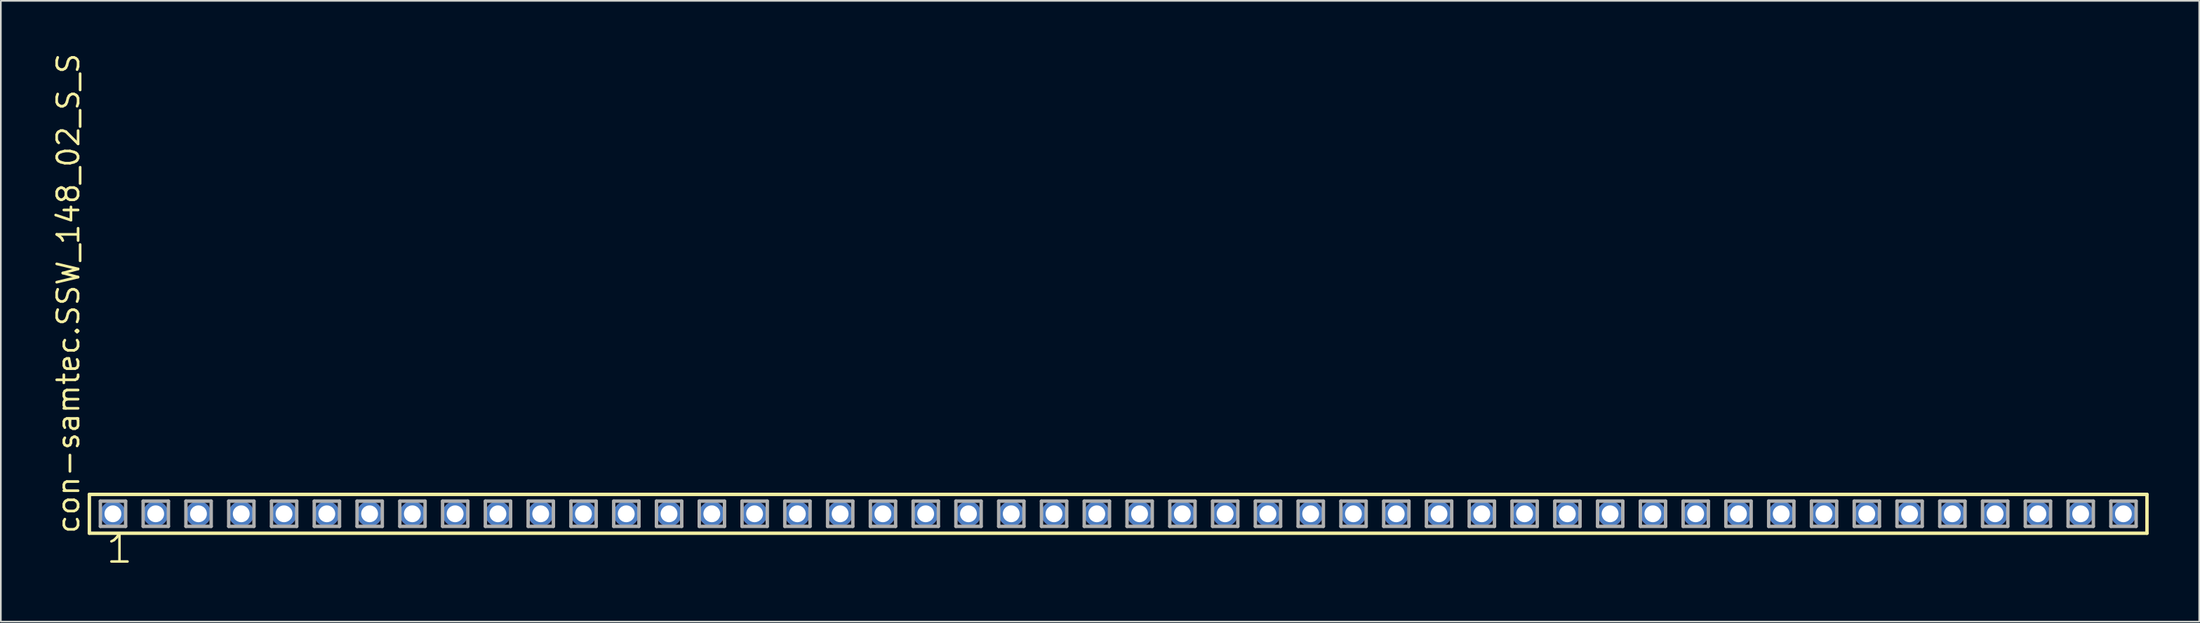
<source format=kicad_pcb>
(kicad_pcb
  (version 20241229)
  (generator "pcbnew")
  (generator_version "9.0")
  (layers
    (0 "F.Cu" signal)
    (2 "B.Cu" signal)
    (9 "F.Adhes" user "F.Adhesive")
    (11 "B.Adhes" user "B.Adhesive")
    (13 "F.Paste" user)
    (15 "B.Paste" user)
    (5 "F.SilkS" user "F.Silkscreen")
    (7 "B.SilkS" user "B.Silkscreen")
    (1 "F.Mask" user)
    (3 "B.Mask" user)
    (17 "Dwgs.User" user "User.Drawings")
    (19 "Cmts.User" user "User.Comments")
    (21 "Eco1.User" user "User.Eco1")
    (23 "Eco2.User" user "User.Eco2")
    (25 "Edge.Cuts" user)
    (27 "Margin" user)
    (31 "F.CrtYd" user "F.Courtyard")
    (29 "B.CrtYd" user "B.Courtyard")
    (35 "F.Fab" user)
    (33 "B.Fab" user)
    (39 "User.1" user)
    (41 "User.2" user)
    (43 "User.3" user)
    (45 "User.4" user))
  (footprint "con-samtec.SSW_148_02_S_S"
    (layer "F.Cu")
    (at 63.345 27.501)
    (property "Reference" "con-samtec.SSW_148_02_S_S" (at -61.595 1.27 90) (layer "F.SilkS") (effects (font (size 1.27 1.27) (thickness 0.16)) (justify left bottom)))
    (attr through_hole)
    (fp_line (start -61.089 -1.155) (end 61.089 -1.155) (stroke (width 0.203) (type default)) (layer "F.SilkS"))
    (fp_line (start -61.089 1.155) (end -61.089 -1.155) (stroke (width 0.203) (type default)) (layer "F.SilkS"))
    (fp_line (start 61.089 -1.155) (end 61.089 1.155) (stroke (width 0.203) (type default)) (layer "F.SilkS"))
    (fp_line (start 61.089 1.155) (end -61.089 1.155) (stroke (width 0.203) (type default)) (layer "F.SilkS"))
    (fp_line (start -60.435 -0.755) (end -58.935 -0.755) (stroke (width 0.203) (type default)) (layer "F.Fab"))
    (fp_line (start -60.435 0.745) (end -60.435 -0.755) (stroke (width 0.203) (type default)) (layer "F.Fab"))
    (fp_line (start -58.935 -0.755) (end -58.935 0.745) (stroke (width 0.203) (type default)) (layer "F.Fab"))
    (fp_line (start -58.935 0.745) (end -60.435 0.745) (stroke (width 0.203) (type default)) (layer "F.Fab"))
    (fp_line (start -57.895 -0.755) (end -56.395 -0.755) (stroke (width 0.203) (type default)) (layer "F.Fab"))
    (fp_line (start -57.895 0.745) (end -57.895 -0.755) (stroke (width 0.203) (type default)) (layer "F.Fab"))
    (fp_line (start -56.395 -0.755) (end -56.395 0.745) (stroke (width 0.203) (type default)) (layer "F.Fab"))
    (fp_line (start -56.395 0.745) (end -57.895 0.745) (stroke (width 0.203) (type default)) (layer "F.Fab"))
    (fp_line (start -55.355 -0.755) (end -53.855 -0.755) (stroke (width 0.203) (type default)) (layer "F.Fab"))
    (fp_line (start -55.355 0.745) (end -55.355 -0.755) (stroke (width 0.203) (type default)) (layer "F.Fab"))
    (fp_line (start -53.855 -0.755) (end -53.855 0.745) (stroke (width 0.203) (type default)) (layer "F.Fab"))
    (fp_line (start -53.855 0.745) (end -55.355 0.745) (stroke (width 0.203) (type default)) (layer "F.Fab"))
    (fp_line (start -52.815 -0.755) (end -51.315 -0.755) (stroke (width 0.203) (type default)) (layer "F.Fab"))
    (fp_line (start -52.815 0.745) (end -52.815 -0.755) (stroke (width 0.203) (type default)) (layer "F.Fab"))
    (fp_line (start -51.315 -0.755) (end -51.315 0.745) (stroke (width 0.203) (type default)) (layer "F.Fab"))
    (fp_line (start -51.315 0.745) (end -52.815 0.745) (stroke (width 0.203) (type default)) (layer "F.Fab"))
    (fp_line (start -50.275 -0.755) (end -48.775 -0.755) (stroke (width 0.203) (type default)) (layer "F.Fab"))
    (fp_line (start -50.275 0.745) (end -50.275 -0.755) (stroke (width 0.203) (type default)) (layer "F.Fab"))
    (fp_line (start -48.775 -0.755) (end -48.775 0.745) (stroke (width 0.203) (type default)) (layer "F.Fab"))
    (fp_line (start -48.775 0.745) (end -50.275 0.745) (stroke (width 0.203) (type default)) (layer "F.Fab"))
    (fp_line (start -47.735 -0.755) (end -46.235 -0.755) (stroke (width 0.203) (type default)) (layer "F.Fab"))
    (fp_line (start -47.735 0.745) (end -47.735 -0.755) (stroke (width 0.203) (type default)) (layer "F.Fab"))
    (fp_line (start -46.235 -0.755) (end -46.235 0.745) (stroke (width 0.203) (type default)) (layer "F.Fab"))
    (fp_line (start -46.235 0.745) (end -47.735 0.745) (stroke (width 0.203) (type default)) (layer "F.Fab"))
    (fp_line (start -45.195 -0.755) (end -43.695 -0.755) (stroke (width 0.203) (type default)) (layer "F.Fab"))
    (fp_line (start -45.195 0.745) (end -45.195 -0.755) (stroke (width 0.203) (type default)) (layer "F.Fab"))
    (fp_line (start -43.695 -0.755) (end -43.695 0.745) (stroke (width 0.203) (type default)) (layer "F.Fab"))
    (fp_line (start -43.695 0.745) (end -45.195 0.745) (stroke (width 0.203) (type default)) (layer "F.Fab"))
    (fp_line (start -42.655 -0.755) (end -41.155 -0.755) (stroke (width 0.203) (type default)) (layer "F.Fab"))
    (fp_line (start -42.655 0.745) (end -42.655 -0.755) (stroke (width 0.203) (type default)) (layer "F.Fab"))
    (fp_line (start -41.155 -0.755) (end -41.155 0.745) (stroke (width 0.203) (type default)) (layer "F.Fab"))
    (fp_line (start -41.155 0.745) (end -42.655 0.745) (stroke (width 0.203) (type default)) (layer "F.Fab"))
    (fp_line (start -40.115 -0.755) (end -38.615 -0.755) (stroke (width 0.203) (type default)) (layer "F.Fab"))
    (fp_line (start -40.115 0.745) (end -40.115 -0.755) (stroke (width 0.203) (type default)) (layer "F.Fab"))
    (fp_line (start -38.615 -0.755) (end -38.615 0.745) (stroke (width 0.203) (type default)) (layer "F.Fab"))
    (fp_line (start -38.615 0.745) (end -40.115 0.745) (stroke (width 0.203) (type default)) (layer "F.Fab"))
    (fp_line (start -37.575 -0.755) (end -36.075 -0.755) (stroke (width 0.203) (type default)) (layer "F.Fab"))
    (fp_line (start -37.575 0.745) (end -37.575 -0.755) (stroke (width 0.203) (type default)) (layer "F.Fab"))
    (fp_line (start -36.075 -0.755) (end -36.075 0.745) (stroke (width 0.203) (type default)) (layer "F.Fab"))
    (fp_line (start -36.075 0.745) (end -37.575 0.745) (stroke (width 0.203) (type default)) (layer "F.Fab"))
    (fp_line (start -35.035 -0.755) (end -33.535 -0.755) (stroke (width 0.203) (type default)) (layer "F.Fab"))
    (fp_line (start -35.035 0.745) (end -35.035 -0.755) (stroke (width 0.203) (type default)) (layer "F.Fab"))
    (fp_line (start -33.535 -0.755) (end -33.535 0.745) (stroke (width 0.203) (type default)) (layer "F.Fab"))
    (fp_line (start -33.535 0.745) (end -35.035 0.745) (stroke (width 0.203) (type default)) (layer "F.Fab"))
    (fp_line (start -32.495 -0.755) (end -30.995 -0.755) (stroke (width 0.203) (type default)) (layer "F.Fab"))
    (fp_line (start -32.495 0.745) (end -32.495 -0.755) (stroke (width 0.203) (type default)) (layer "F.Fab"))
    (fp_line (start -30.995 -0.755) (end -30.995 0.745) (stroke (width 0.203) (type default)) (layer "F.Fab"))
    (fp_line (start -30.995 0.745) (end -32.495 0.745) (stroke (width 0.203) (type default)) (layer "F.Fab"))
    (fp_line (start -29.955 -0.755) (end -28.455 -0.755) (stroke (width 0.203) (type default)) (layer "F.Fab"))
    (fp_line (start -29.955 0.745) (end -29.955 -0.755) (stroke (width 0.203) (type default)) (layer "F.Fab"))
    (fp_line (start -28.455 -0.755) (end -28.455 0.745) (stroke (width 0.203) (type default)) (layer "F.Fab"))
    (fp_line (start -28.455 0.745) (end -29.955 0.745) (stroke (width 0.203) (type default)) (layer "F.Fab"))
    (fp_line (start -27.415 -0.755) (end -25.915 -0.755) (stroke (width 0.203) (type default)) (layer "F.Fab"))
    (fp_line (start -27.415 0.745) (end -27.415 -0.755) (stroke (width 0.203) (type default)) (layer "F.Fab"))
    (fp_line (start -25.915 -0.755) (end -25.915 0.745) (stroke (width 0.203) (type default)) (layer "F.Fab"))
    (fp_line (start -25.915 0.745) (end -27.415 0.745) (stroke (width 0.203) (type default)) (layer "F.Fab"))
    (fp_line (start -24.875 -0.755) (end -23.375 -0.755) (stroke (width 0.203) (type default)) (layer "F.Fab"))
    (fp_line (start -24.875 0.745) (end -24.875 -0.755) (stroke (width 0.203) (type default)) (layer "F.Fab"))
    (fp_line (start -23.375 -0.755) (end -23.375 0.745) (stroke (width 0.203) (type default)) (layer "F.Fab"))
    (fp_line (start -23.375 0.745) (end -24.875 0.745) (stroke (width 0.203) (type default)) (layer "F.Fab"))
    (fp_line (start -22.335 -0.755) (end -20.835 -0.755) (stroke (width 0.203) (type default)) (layer "F.Fab"))
    (fp_line (start -22.335 0.745) (end -22.335 -0.755) (stroke (width 0.203) (type default)) (layer "F.Fab"))
    (fp_line (start -20.835 -0.755) (end -20.835 0.745) (stroke (width 0.203) (type default)) (layer "F.Fab"))
    (fp_line (start -20.835 0.745) (end -22.335 0.745) (stroke (width 0.203) (type default)) (layer "F.Fab"))
    (fp_line (start -19.795 -0.755) (end -18.295 -0.755) (stroke (width 0.203) (type default)) (layer "F.Fab"))
    (fp_line (start -19.795 0.745) (end -19.795 -0.755) (stroke (width 0.203) (type default)) (layer "F.Fab"))
    (fp_line (start -18.295 -0.755) (end -18.295 0.745) (stroke (width 0.203) (type default)) (layer "F.Fab"))
    (fp_line (start -18.295 0.745) (end -19.795 0.745) (stroke (width 0.203) (type default)) (layer "F.Fab"))
    (fp_line (start -17.255 -0.755) (end -15.755 -0.755) (stroke (width 0.203) (type default)) (layer "F.Fab"))
    (fp_line (start -17.255 0.745) (end -17.255 -0.755) (stroke (width 0.203) (type default)) (layer "F.Fab"))
    (fp_line (start -15.755 -0.755) (end -15.755 0.745) (stroke (width 0.203) (type default)) (layer "F.Fab"))
    (fp_line (start -15.755 0.745) (end -17.255 0.745) (stroke (width 0.203) (type default)) (layer "F.Fab"))
    (fp_line (start -14.715 -0.755) (end -13.215 -0.755) (stroke (width 0.203) (type default)) (layer "F.Fab"))
    (fp_line (start -14.715 0.745) (end -14.715 -0.755) (stroke (width 0.203) (type default)) (layer "F.Fab"))
    (fp_line (start -13.215 -0.755) (end -13.215 0.745) (stroke (width 0.203) (type default)) (layer "F.Fab"))
    (fp_line (start -13.215 0.745) (end -14.715 0.745) (stroke (width 0.203) (type default)) (layer "F.Fab"))
    (fp_line (start -12.175 -0.755) (end -10.675 -0.755) (stroke (width 0.203) (type default)) (layer "F.Fab"))
    (fp_line (start -12.175 0.745) (end -12.175 -0.755) (stroke (width 0.203) (type default)) (layer "F.Fab"))
    (fp_line (start -10.675 -0.755) (end -10.675 0.745) (stroke (width 0.203) (type default)) (layer "F.Fab"))
    (fp_line (start -10.675 0.745) (end -12.175 0.745) (stroke (width 0.203) (type default)) (layer "F.Fab"))
    (fp_line (start -9.635 -0.755) (end -8.135 -0.755) (stroke (width 0.203) (type default)) (layer "F.Fab"))
    (fp_line (start -9.635 0.745) (end -9.635 -0.755) (stroke (width 0.203) (type default)) (layer "F.Fab"))
    (fp_line (start -8.135 -0.755) (end -8.135 0.745) (stroke (width 0.203) (type default)) (layer "F.Fab"))
    (fp_line (start -8.135 0.745) (end -9.635 0.745) (stroke (width 0.203) (type default)) (layer "F.Fab"))
    (fp_line (start -7.095 -0.755) (end -5.595 -0.755) (stroke (width 0.203) (type default)) (layer "F.Fab"))
    (fp_line (start -7.095 0.745) (end -7.095 -0.755) (stroke (width 0.203) (type default)) (layer "F.Fab"))
    (fp_line (start -5.595 -0.755) (end -5.595 0.745) (stroke (width 0.203) (type default)) (layer "F.Fab"))
    (fp_line (start -5.595 0.745) (end -7.095 0.745) (stroke (width 0.203) (type default)) (layer "F.Fab"))
    (fp_line (start -4.555 -0.755) (end -3.055 -0.755) (stroke (width 0.203) (type default)) (layer "F.Fab"))
    (fp_line (start -4.555 0.745) (end -4.555 -0.755) (stroke (width 0.203) (type default)) (layer "F.Fab"))
    (fp_line (start -3.055 -0.755) (end -3.055 0.745) (stroke (width 0.203) (type default)) (layer "F.Fab"))
    (fp_line (start -3.055 0.745) (end -4.555 0.745) (stroke (width 0.203) (type default)) (layer "F.Fab"))
    (fp_line (start -2.015 -0.755) (end -0.515 -0.755) (stroke (width 0.203) (type default)) (layer "F.Fab"))
    (fp_line (start -2.015 0.745) (end -2.015 -0.755) (stroke (width 0.203) (type default)) (layer "F.Fab"))
    (fp_line (start -0.515 -0.755) (end -0.515 0.745) (stroke (width 0.203) (type default)) (layer "F.Fab"))
    (fp_line (start -0.515 0.745) (end -2.015 0.745) (stroke (width 0.203) (type default)) (layer "F.Fab"))
    (fp_line (start 0.525 -0.755) (end 2.025 -0.755) (stroke (width 0.203) (type default)) (layer "F.Fab"))
    (fp_line (start 0.525 0.745) (end 0.525 -0.755) (stroke (width 0.203) (type default)) (layer "F.Fab"))
    (fp_line (start 2.025 -0.755) (end 2.025 0.745) (stroke (width 0.203) (type default)) (layer "F.Fab"))
    (fp_line (start 2.025 0.745) (end 0.525 0.745) (stroke (width 0.203) (type default)) (layer "F.Fab"))
    (fp_line (start 3.065 -0.755) (end 4.565 -0.755) (stroke (width 0.203) (type default)) (layer "F.Fab"))
    (fp_line (start 3.065 0.745) (end 3.065 -0.755) (stroke (width 0.203) (type default)) (layer "F.Fab"))
    (fp_line (start 4.565 -0.755) (end 4.565 0.745) (stroke (width 0.203) (type default)) (layer "F.Fab"))
    (fp_line (start 4.565 0.745) (end 3.065 0.745) (stroke (width 0.203) (type default)) (layer "F.Fab"))
    (fp_line (start 5.605 -0.755) (end 7.105 -0.755) (stroke (width 0.203) (type default)) (layer "F.Fab"))
    (fp_line (start 5.605 0.745) (end 5.605 -0.755) (stroke (width 0.203) (type default)) (layer "F.Fab"))
    (fp_line (start 7.105 -0.755) (end 7.105 0.745) (stroke (width 0.203) (type default)) (layer "F.Fab"))
    (fp_line (start 7.105 0.745) (end 5.605 0.745) (stroke (width 0.203) (type default)) (layer "F.Fab"))
    (fp_line (start 8.145 -0.755) (end 9.645 -0.755) (stroke (width 0.203) (type default)) (layer "F.Fab"))
    (fp_line (start 8.145 0.745) (end 8.145 -0.755) (stroke (width 0.203) (type default)) (layer "F.Fab"))
    (fp_line (start 9.645 -0.755) (end 9.645 0.745) (stroke (width 0.203) (type default)) (layer "F.Fab"))
    (fp_line (start 9.645 0.745) (end 8.145 0.745) (stroke (width 0.203) (type default)) (layer "F.Fab"))
    (fp_line (start 10.685 -0.755) (end 12.185 -0.755) (stroke (width 0.203) (type default)) (layer "F.Fab"))
    (fp_line (start 10.685 0.745) (end 10.685 -0.755) (stroke (width 0.203) (type default)) (layer "F.Fab"))
    (fp_line (start 12.185 -0.755) (end 12.185 0.745) (stroke (width 0.203) (type default)) (layer "F.Fab"))
    (fp_line (start 12.185 0.745) (end 10.685 0.745) (stroke (width 0.203) (type default)) (layer "F.Fab"))
    (fp_line (start 13.225 -0.755) (end 14.725 -0.755) (stroke (width 0.203) (type default)) (layer "F.Fab"))
    (fp_line (start 13.225 0.745) (end 13.225 -0.755) (stroke (width 0.203) (type default)) (layer "F.Fab"))
    (fp_line (start 14.725 -0.755) (end 14.725 0.745) (stroke (width 0.203) (type default)) (layer "F.Fab"))
    (fp_line (start 14.725 0.745) (end 13.225 0.745) (stroke (width 0.203) (type default)) (layer "F.Fab"))
    (fp_line (start 15.765 -0.755) (end 17.265 -0.755) (stroke (width 0.203) (type default)) (layer "F.Fab"))
    (fp_line (start 15.765 0.745) (end 15.765 -0.755) (stroke (width 0.203) (type default)) (layer "F.Fab"))
    (fp_line (start 17.265 -0.755) (end 17.265 0.745) (stroke (width 0.203) (type default)) (layer "F.Fab"))
    (fp_line (start 17.265 0.745) (end 15.765 0.745) (stroke (width 0.203) (type default)) (layer "F.Fab"))
    (fp_line (start 18.305 -0.755) (end 19.805 -0.755) (stroke (width 0.203) (type default)) (layer "F.Fab"))
    (fp_line (start 18.305 0.745) (end 18.305 -0.755) (stroke (width 0.203) (type default)) (layer "F.Fab"))
    (fp_line (start 19.805 -0.755) (end 19.805 0.745) (stroke (width 0.203) (type default)) (layer "F.Fab"))
    (fp_line (start 19.805 0.745) (end 18.305 0.745) (stroke (width 0.203) (type default)) (layer "F.Fab"))
    (fp_line (start 20.845 -0.755) (end 22.345 -0.755) (stroke (width 0.203) (type default)) (layer "F.Fab"))
    (fp_line (start 20.845 0.745) (end 20.845 -0.755) (stroke (width 0.203) (type default)) (layer "F.Fab"))
    (fp_line (start 22.345 -0.755) (end 22.345 0.745) (stroke (width 0.203) (type default)) (layer "F.Fab"))
    (fp_line (start 22.345 0.745) (end 20.845 0.745) (stroke (width 0.203) (type default)) (layer "F.Fab"))
    (fp_line (start 23.385 -0.755) (end 24.885 -0.755) (stroke (width 0.203) (type default)) (layer "F.Fab"))
    (fp_line (start 23.385 0.745) (end 23.385 -0.755) (stroke (width 0.203) (type default)) (layer "F.Fab"))
    (fp_line (start 24.885 -0.755) (end 24.885 0.745) (stroke (width 0.203) (type default)) (layer "F.Fab"))
    (fp_line (start 24.885 0.745) (end 23.385 0.745) (stroke (width 0.203) (type default)) (layer "F.Fab"))
    (fp_line (start 25.925 -0.755) (end 27.425 -0.755) (stroke (width 0.203) (type default)) (layer "F.Fab"))
    (fp_line (start 25.925 0.745) (end 25.925 -0.755) (stroke (width 0.203) (type default)) (layer "F.Fab"))
    (fp_line (start 27.425 -0.755) (end 27.425 0.745) (stroke (width 0.203) (type default)) (layer "F.Fab"))
    (fp_line (start 27.425 0.745) (end 25.925 0.745) (stroke (width 0.203) (type default)) (layer "F.Fab"))
    (fp_line (start 28.465 -0.755) (end 29.965 -0.755) (stroke (width 0.203) (type default)) (layer "F.Fab"))
    (fp_line (start 28.465 0.745) (end 28.465 -0.755) (stroke (width 0.203) (type default)) (layer "F.Fab"))
    (fp_line (start 29.965 -0.755) (end 29.965 0.745) (stroke (width 0.203) (type default)) (layer "F.Fab"))
    (fp_line (start 29.965 0.745) (end 28.465 0.745) (stroke (width 0.203) (type default)) (layer "F.Fab"))
    (fp_line (start 31.005 -0.755) (end 32.505 -0.755) (stroke (width 0.203) (type default)) (layer "F.Fab"))
    (fp_line (start 31.005 0.745) (end 31.005 -0.755) (stroke (width 0.203) (type default)) (layer "F.Fab"))
    (fp_line (start 32.505 -0.755) (end 32.505 0.745) (stroke (width 0.203) (type default)) (layer "F.Fab"))
    (fp_line (start 32.505 0.745) (end 31.005 0.745) (stroke (width 0.203) (type default)) (layer "F.Fab"))
    (fp_line (start 33.545 -0.755) (end 35.045 -0.755) (stroke (width 0.203) (type default)) (layer "F.Fab"))
    (fp_line (start 33.545 0.745) (end 33.545 -0.755) (stroke (width 0.203) (type default)) (layer "F.Fab"))
    (fp_line (start 35.045 -0.755) (end 35.045 0.745) (stroke (width 0.203) (type default)) (layer "F.Fab"))
    (fp_line (start 35.045 0.745) (end 33.545 0.745) (stroke (width 0.203) (type default)) (layer "F.Fab"))
    (fp_line (start 36.085 -0.755) (end 37.585 -0.755) (stroke (width 0.203) (type default)) (layer "F.Fab"))
    (fp_line (start 36.085 0.745) (end 36.085 -0.755) (stroke (width 0.203) (type default)) (layer "F.Fab"))
    (fp_line (start 37.585 -0.755) (end 37.585 0.745) (stroke (width 0.203) (type default)) (layer "F.Fab"))
    (fp_line (start 37.585 0.745) (end 36.085 0.745) (stroke (width 0.203) (type default)) (layer "F.Fab"))
    (fp_line (start 38.625 -0.755) (end 40.125 -0.755) (stroke (width 0.203) (type default)) (layer "F.Fab"))
    (fp_line (start 38.625 0.745) (end 38.625 -0.755) (stroke (width 0.203) (type default)) (layer "F.Fab"))
    (fp_line (start 40.125 -0.755) (end 40.125 0.745) (stroke (width 0.203) (type default)) (layer "F.Fab"))
    (fp_line (start 40.125 0.745) (end 38.625 0.745) (stroke (width 0.203) (type default)) (layer "F.Fab"))
    (fp_line (start 41.165 -0.755) (end 42.665 -0.755) (stroke (width 0.203) (type default)) (layer "F.Fab"))
    (fp_line (start 41.165 0.745) (end 41.165 -0.755) (stroke (width 0.203) (type default)) (layer "F.Fab"))
    (fp_line (start 42.665 -0.755) (end 42.665 0.745) (stroke (width 0.203) (type default)) (layer "F.Fab"))
    (fp_line (start 42.665 0.745) (end 41.165 0.745) (stroke (width 0.203) (type default)) (layer "F.Fab"))
    (fp_line (start 43.705 -0.755) (end 45.205 -0.755) (stroke (width 0.203) (type default)) (layer "F.Fab"))
    (fp_line (start 43.705 0.745) (end 43.705 -0.755) (stroke (width 0.203) (type default)) (layer "F.Fab"))
    (fp_line (start 45.205 -0.755) (end 45.205 0.745) (stroke (width 0.203) (type default)) (layer "F.Fab"))
    (fp_line (start 45.205 0.745) (end 43.705 0.745) (stroke (width 0.203) (type default)) (layer "F.Fab"))
    (fp_line (start 46.245 -0.755) (end 47.745 -0.755) (stroke (width 0.203) (type default)) (layer "F.Fab"))
    (fp_line (start 46.245 0.745) (end 46.245 -0.755) (stroke (width 0.203) (type default)) (layer "F.Fab"))
    (fp_line (start 47.745 -0.755) (end 47.745 0.745) (stroke (width 0.203) (type default)) (layer "F.Fab"))
    (fp_line (start 47.745 0.745) (end 46.245 0.745) (stroke (width 0.203) (type default)) (layer "F.Fab"))
    (fp_line (start 48.785 -0.755) (end 50.285 -0.755) (stroke (width 0.203) (type default)) (layer "F.Fab"))
    (fp_line (start 48.785 0.745) (end 48.785 -0.755) (stroke (width 0.203) (type default)) (layer "F.Fab"))
    (fp_line (start 50.285 -0.755) (end 50.285 0.745) (stroke (width 0.203) (type default)) (layer "F.Fab"))
    (fp_line (start 50.285 0.745) (end 48.785 0.745) (stroke (width 0.203) (type default)) (layer "F.Fab"))
    (fp_line (start 51.325 -0.755) (end 52.825 -0.755) (stroke (width 0.203) (type default)) (layer "F.Fab"))
    (fp_line (start 51.325 0.745) (end 51.325 -0.755) (stroke (width 0.203) (type default)) (layer "F.Fab"))
    (fp_line (start 52.825 -0.755) (end 52.825 0.745) (stroke (width 0.203) (type default)) (layer "F.Fab"))
    (fp_line (start 52.825 0.745) (end 51.325 0.745) (stroke (width 0.203) (type default)) (layer "F.Fab"))
    (fp_line (start 53.865 -0.755) (end 55.365 -0.755) (stroke (width 0.203) (type default)) (layer "F.Fab"))
    (fp_line (start 53.865 0.745) (end 53.865 -0.755) (stroke (width 0.203) (type default)) (layer "F.Fab"))
    (fp_line (start 55.365 -0.755) (end 55.365 0.745) (stroke (width 0.203) (type default)) (layer "F.Fab"))
    (fp_line (start 55.365 0.745) (end 53.865 0.745) (stroke (width 0.203) (type default)) (layer "F.Fab"))
    (fp_line (start 56.405 -0.755) (end 57.905 -0.755) (stroke (width 0.203) (type default)) (layer "F.Fab"))
    (fp_line (start 56.405 0.745) (end 56.405 -0.755) (stroke (width 0.203) (type default)) (layer "F.Fab"))
    (fp_line (start 57.905 -0.755) (end 57.905 0.745) (stroke (width 0.203) (type default)) (layer "F.Fab"))
    (fp_line (start 57.905 0.745) (end 56.405 0.745) (stroke (width 0.203) (type default)) (layer "F.Fab"))
    (fp_line (start 58.945 -0.755) (end 60.445 -0.755) (stroke (width 0.203) (type default)) (layer "F.Fab"))
    (fp_line (start 58.945 0.745) (end 58.945 -0.755) (stroke (width 0.203) (type default)) (layer "F.Fab"))
    (fp_line (start 60.445 -0.755) (end 60.445 0.745) (stroke (width 0.203) (type default)) (layer "F.Fab"))
    (fp_line (start 60.445 0.745) (end 58.945 0.745) (stroke (width 0.203) (type default)) (layer "F.Fab"))
    (fp_text user "1" (at -60.198 3.048 0) (layer "F.SilkS") (effects (font (size 1.676 1.676) (thickness 0.15)) (justify left bottom)))
    (pad "1" thru_hole circle (at -59.69 0) (size 1.5 1.5) (drill 1) (layers "*.Cu" "*.Mask"))
    (pad "2" thru_hole circle (at -57.15 0) (size 1.5 1.5) (drill 1) (layers "*.Cu" "*.Mask"))
    (pad "3" thru_hole circle (at -54.61 0) (size 1.5 1.5) (drill 1) (layers "*.Cu" "*.Mask"))
    (pad "4" thru_hole circle (at -52.07 0) (size 1.5 1.5) (drill 1) (layers "*.Cu" "*.Mask"))
    (pad "5" thru_hole circle (at -49.53 0) (size 1.5 1.5) (drill 1) (layers "*.Cu" "*.Mask"))
    (pad "6" thru_hole circle (at -46.99 0) (size 1.5 1.5) (drill 1) (layers "*.Cu" "*.Mask"))
    (pad "7" thru_hole circle (at -44.45 0) (size 1.5 1.5) (drill 1) (layers "*.Cu" "*.Mask"))
    (pad "8" thru_hole circle (at -41.91 0) (size 1.5 1.5) (drill 1) (layers "*.Cu" "*.Mask"))
    (pad "9" thru_hole circle (at -39.37 0) (size 1.5 1.5) (drill 1) (layers "*.Cu" "*.Mask"))
    (pad "10" thru_hole circle (at -36.83 0) (size 1.5 1.5) (drill 1) (layers "*.Cu" "*.Mask"))
    (pad "11" thru_hole circle (at -34.29 0) (size 1.5 1.5) (drill 1) (layers "*.Cu" "*.Mask"))
    (pad "12" thru_hole circle (at -31.75 0) (size 1.5 1.5) (drill 1) (layers "*.Cu" "*.Mask"))
    (pad "13" thru_hole circle (at -29.21 0) (size 1.5 1.5) (drill 1) (layers "*.Cu" "*.Mask"))
    (pad "14" thru_hole circle (at -26.67 0) (size 1.5 1.5) (drill 1) (layers "*.Cu" "*.Mask"))
    (pad "15" thru_hole circle (at -24.13 0) (size 1.5 1.5) (drill 1) (layers "*.Cu" "*.Mask"))
    (pad "16" thru_hole circle (at -21.59 0) (size 1.5 1.5) (drill 1) (layers "*.Cu" "*.Mask"))
    (pad "17" thru_hole circle (at -19.05 0) (size 1.5 1.5) (drill 1) (layers "*.Cu" "*.Mask"))
    (pad "18" thru_hole circle (at -16.51 0) (size 1.5 1.5) (drill 1) (layers "*.Cu" "*.Mask"))
    (pad "19" thru_hole circle (at -13.97 0) (size 1.5 1.5) (drill 1) (layers "*.Cu" "*.Mask"))
    (pad "20" thru_hole circle (at -11.43 0) (size 1.5 1.5) (drill 1) (layers "*.Cu" "*.Mask"))
    (pad "21" thru_hole circle (at -8.89 0) (size 1.5 1.5) (drill 1) (layers "*.Cu" "*.Mask"))
    (pad "22" thru_hole circle (at -6.35 0) (size 1.5 1.5) (drill 1) (layers "*.Cu" "*.Mask"))
    (pad "23" thru_hole circle (at -3.81 0) (size 1.5 1.5) (drill 1) (layers "*.Cu" "*.Mask"))
    (pad "24" thru_hole circle (at -1.27 0) (size 1.5 1.5) (drill 1) (layers "*.Cu" "*.Mask"))
    (pad "25" thru_hole circle (at 1.27 0) (size 1.5 1.5) (drill 1) (layers "*.Cu" "*.Mask"))
    (pad "26" thru_hole circle (at 3.81 0) (size 1.5 1.5) (drill 1) (layers "*.Cu" "*.Mask"))
    (pad "27" thru_hole circle (at 6.35 0) (size 1.5 1.5) (drill 1) (layers "*.Cu" "*.Mask"))
    (pad "28" thru_hole circle (at 8.89 0) (size 1.5 1.5) (drill 1) (layers "*.Cu" "*.Mask"))
    (pad "29" thru_hole circle (at 11.43 0) (size 1.5 1.5) (drill 1) (layers "*.Cu" "*.Mask"))
    (pad "30" thru_hole circle (at 13.97 0) (size 1.5 1.5) (drill 1) (layers "*.Cu" "*.Mask"))
    (pad "31" thru_hole circle (at 16.51 0) (size 1.5 1.5) (drill 1) (layers "*.Cu" "*.Mask"))
    (pad "32" thru_hole circle (at 19.05 0) (size 1.5 1.5) (drill 1) (layers "*.Cu" "*.Mask"))
    (pad "33" thru_hole circle (at 21.59 0) (size 1.5 1.5) (drill 1) (layers "*.Cu" "*.Mask"))
    (pad "34" thru_hole circle (at 24.13 0) (size 1.5 1.5) (drill 1) (layers "*.Cu" "*.Mask"))
    (pad "35" thru_hole circle (at 26.67 0) (size 1.5 1.5) (drill 1) (layers "*.Cu" "*.Mask"))
    (pad "36" thru_hole circle (at 29.21 0) (size 1.5 1.5) (drill 1) (layers "*.Cu" "*.Mask"))
    (pad "37" thru_hole circle (at 31.75 0) (size 1.5 1.5) (drill 1) (layers "*.Cu" "*.Mask"))
    (pad "38" thru_hole circle (at 34.29 0) (size 1.5 1.5) (drill 1) (layers "*.Cu" "*.Mask"))
    (pad "39" thru_hole circle (at 36.83 0) (size 1.5 1.5) (drill 1) (layers "*.Cu" "*.Mask"))
    (pad "40" thru_hole circle (at 39.37 0) (size 1.5 1.5) (drill 1) (layers "*.Cu" "*.Mask"))
    (pad "41" thru_hole circle (at 41.91 0) (size 1.5 1.5) (drill 1) (layers "*.Cu" "*.Mask"))
    (pad "42" thru_hole circle (at 44.45 0) (size 1.5 1.5) (drill 1) (layers "*.Cu" "*.Mask"))
    (pad "43" thru_hole circle (at 46.99 0) (size 1.5 1.5) (drill 1) (layers "*.Cu" "*.Mask"))
    (pad "44" thru_hole circle (at 49.53 0) (size 1.5 1.5) (drill 1) (layers "*.Cu" "*.Mask"))
    (pad "45" thru_hole circle (at 52.07 0) (size 1.5 1.5) (drill 1) (layers "*.Cu" "*.Mask"))
    (pad "46" thru_hole circle (at 54.61 0) (size 1.5 1.5) (drill 1) (layers "*.Cu" "*.Mask"))
    (pad "47" thru_hole circle (at 57.15 0) (size 1.5 1.5) (drill 1) (layers "*.Cu" "*.Mask"))
    (pad "48" thru_hole circle (at 59.69 0) (size 1.5 1.5) (drill 1) (layers "*.Cu" "*.Mask")))
  (gr_rect
    (start -3 -3)
    (end 127.536 33.91)
    (stroke (width 0.1) (type default))
    (fill no)
    (layer "Edge.Cuts")))
</source>
